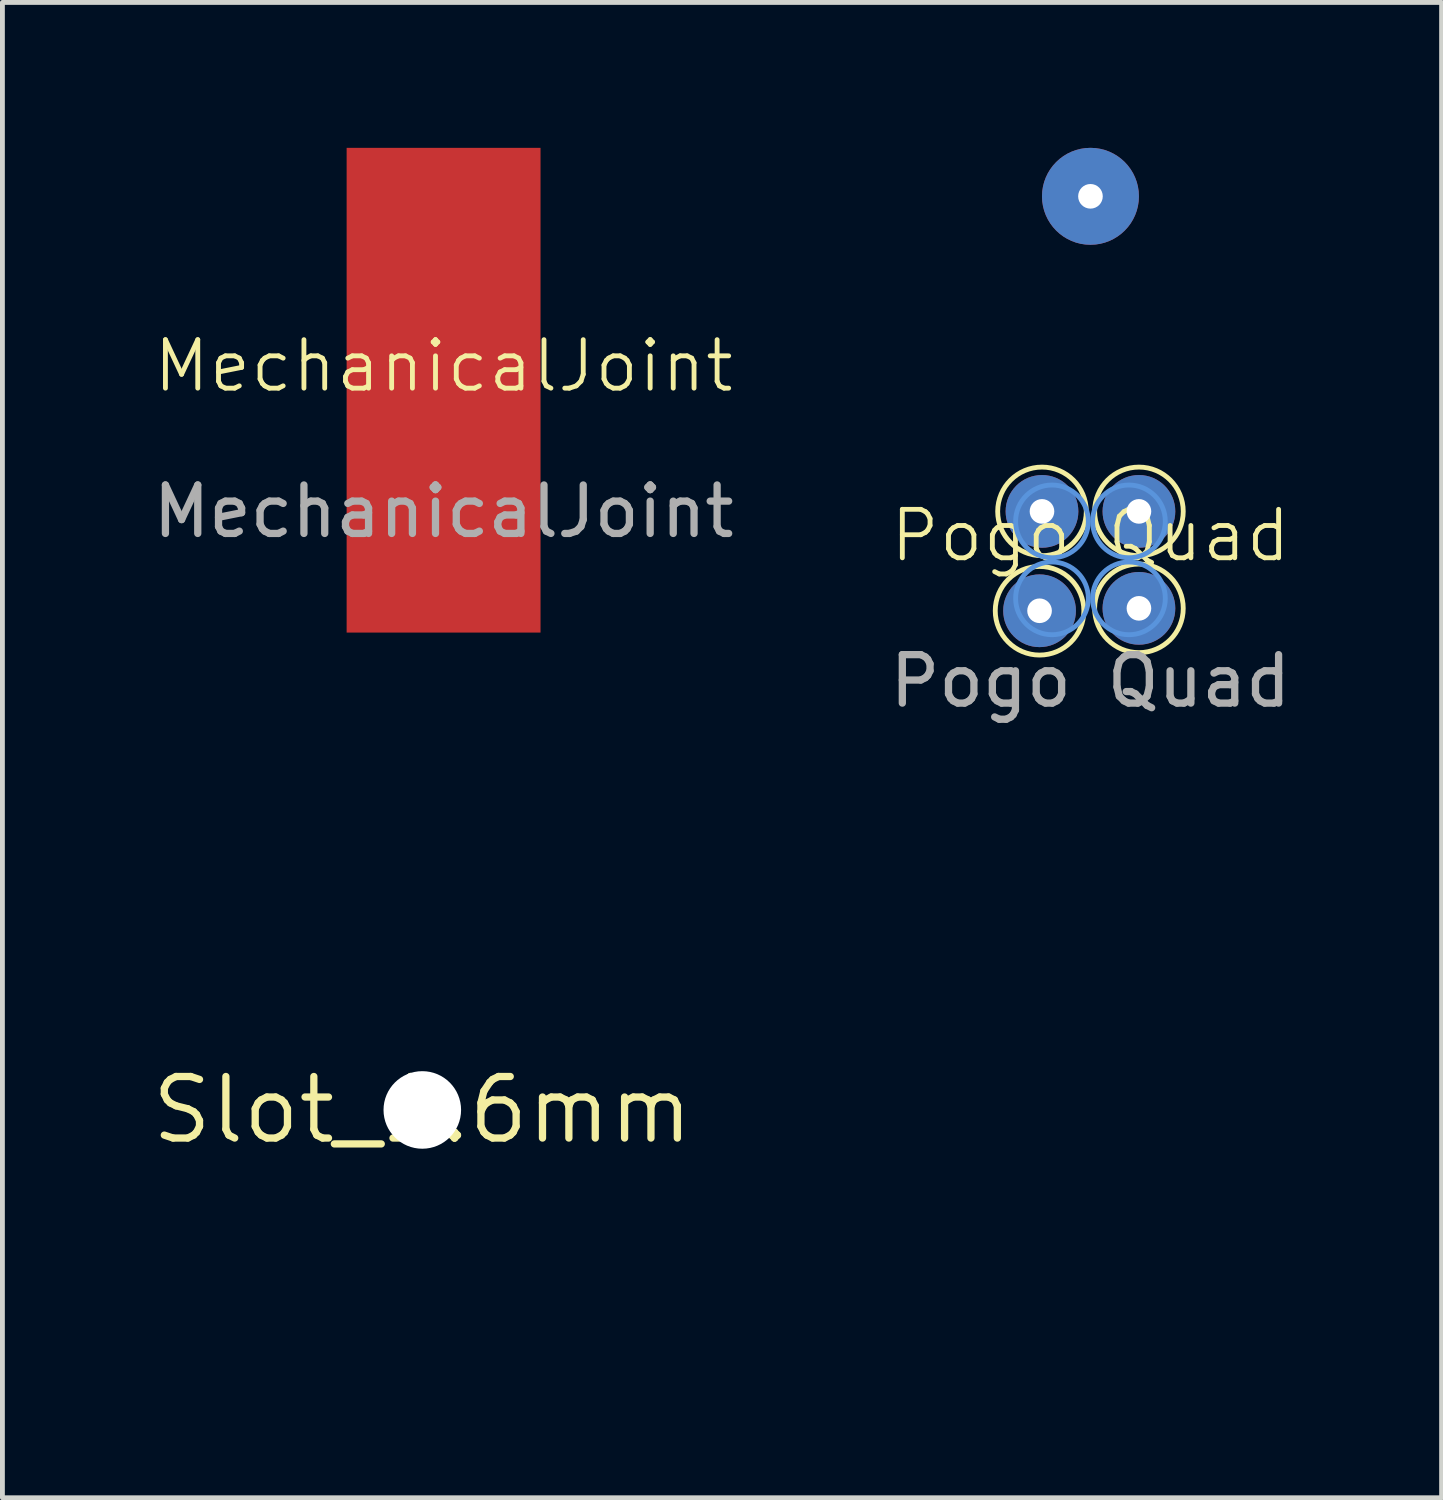
<source format=kicad_pcb>
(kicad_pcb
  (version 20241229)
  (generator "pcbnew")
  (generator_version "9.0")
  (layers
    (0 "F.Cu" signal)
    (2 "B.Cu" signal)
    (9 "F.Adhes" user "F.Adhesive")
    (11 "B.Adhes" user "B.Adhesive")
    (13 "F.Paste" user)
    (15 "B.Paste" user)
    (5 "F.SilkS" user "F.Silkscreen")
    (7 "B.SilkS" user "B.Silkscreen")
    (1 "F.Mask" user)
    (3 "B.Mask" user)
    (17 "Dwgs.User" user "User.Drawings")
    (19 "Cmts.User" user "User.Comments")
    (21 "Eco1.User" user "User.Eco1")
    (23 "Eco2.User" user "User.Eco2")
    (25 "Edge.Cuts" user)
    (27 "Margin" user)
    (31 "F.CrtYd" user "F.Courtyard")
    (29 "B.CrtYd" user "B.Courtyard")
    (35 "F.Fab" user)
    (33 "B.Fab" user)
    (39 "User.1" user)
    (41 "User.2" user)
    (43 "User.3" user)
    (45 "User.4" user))
  (footprint "Pogo Quad"
    (layer "F.Cu")
    (at 19.446 8.5)
    (property "Reference" "Pogo Quad" (at 0 -0.5 0) (unlocked yes) (layer "F.SilkS") (effects (font (size 1 1) (thickness 0.1))))
    (attr through_hole)
    (fp_circle (center -1.05 1.05) (end -0.136 1.05) (stroke (width 0.1) (type default)) (fill no) (layer "F.SilkS"))
    (fp_circle (center -1 -1) (end -0.086 -1) (stroke (width 0.1) (type default)) (fill no) (layer "F.SilkS"))
    (fp_circle (center 1 -1) (end 1.914 -1) (stroke (width 0.1) (type default)) (fill no) (layer "F.SilkS"))
    (fp_circle (center 1 1) (end 1.914 1) (stroke (width 0.1) (type default)) (fill no) (layer "F.SilkS"))
    (fp_circle (center -0.794 -0.794) (end -0.044 -0.794) (stroke (width 0.1) (type default)) (fill no) (layer "Cmts.User"))
    (fp_circle (center -0.794 0.794) (end -0.044 0.794) (stroke (width 0.1) (type default)) (fill no) (layer "Cmts.User"))
    (fp_circle (center 0.794 -0.794) (end 1.544 -0.794) (stroke (width 0.1) (type default)) (fill no) (layer "Cmts.User"))
    (fp_circle (center 0.794 0.794) (end 1.544 0.794) (stroke (width 0.1) (type default)) (fill no) (layer "Cmts.User"))
    (fp_text user "${REFERENCE}" (at 0 2.5 0) (unlocked yes) (layer "F.Fab") (effects (font (size 1 1) (thickness 0.15))))
    (pad "1" thru_hole circle (at 0 -7.5) (size 2 2) (drill 0.508) (layers "*.Cu" "*.Mask"))
    (pad "2" thru_hole circle (at -1.05 1.05) (size 1.5 1.5) (drill 0.508) (layers "*.Cu" "*.Mask"))
    (pad "2" thru_hole circle (at -1 -1) (size 1.5 1.5) (drill 0.508) (layers "*.Cu" "*.Mask"))
    (pad "2" thru_hole circle (at 1 -1) (size 1.5 1.5) (drill 0.508) (layers "*.Cu" "*.Mask"))
    (pad "2" thru_hole circle (at 1 1) (size 1.5 1.5) (drill 0.508) (layers "*.Cu" "*.Mask")))
  (footprint "Slot_1.6mm"
    (layer "F.Cu")
    (at 5.662 19.848)
    (property "Reference" "Slot_1.6mm" (at 0 0 0) (layer "F.SilkS") (effects (font (size 1.27 1.27) (thickness 0.15))))
    (pad "" np_thru_hole circle (at 0 0) (size 1.6 1.6) (drill oval 1.6 10) (layers "*.Cu" "*.Mask")))
  (footprint "MechanicalJoint"
    (layer "F.Cu")
    (at 6.101 5)
    (property "Reference" "MechanicalJoint" (at 0 -0.5 0) (unlocked yes) (layer "F.SilkS") (effects (font (size 1 1) (thickness 0.1))))
    (attr smd)
    (fp_text user "${REFERENCE}" (at 0 2.5 0) (unlocked yes) (layer "F.Fab") (effects (font (size 1 1) (thickness 0.15))))
    (pad "" smd rect (at 0 0) (size 4 10) (layers "F.Cu" "F.Mask" "F.Paste")))
  (gr_rect
    (start -3 -3)
    (end 26.69 27.848)
    (stroke (width 0.1) (type default))
    (fill no)
    (layer "Edge.Cuts")))
</source>
